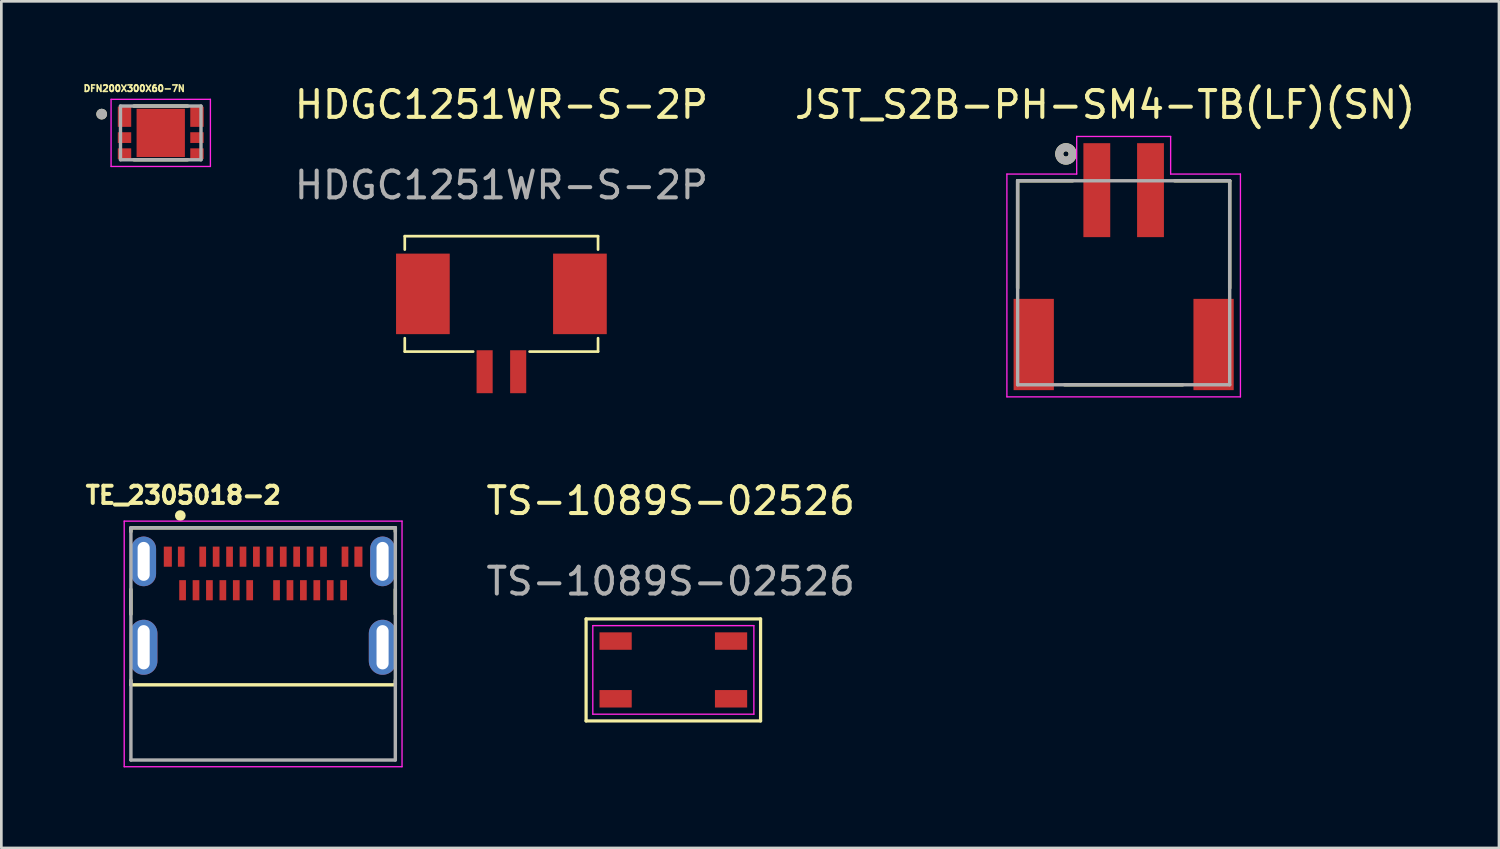
<source format=kicad_pcb>
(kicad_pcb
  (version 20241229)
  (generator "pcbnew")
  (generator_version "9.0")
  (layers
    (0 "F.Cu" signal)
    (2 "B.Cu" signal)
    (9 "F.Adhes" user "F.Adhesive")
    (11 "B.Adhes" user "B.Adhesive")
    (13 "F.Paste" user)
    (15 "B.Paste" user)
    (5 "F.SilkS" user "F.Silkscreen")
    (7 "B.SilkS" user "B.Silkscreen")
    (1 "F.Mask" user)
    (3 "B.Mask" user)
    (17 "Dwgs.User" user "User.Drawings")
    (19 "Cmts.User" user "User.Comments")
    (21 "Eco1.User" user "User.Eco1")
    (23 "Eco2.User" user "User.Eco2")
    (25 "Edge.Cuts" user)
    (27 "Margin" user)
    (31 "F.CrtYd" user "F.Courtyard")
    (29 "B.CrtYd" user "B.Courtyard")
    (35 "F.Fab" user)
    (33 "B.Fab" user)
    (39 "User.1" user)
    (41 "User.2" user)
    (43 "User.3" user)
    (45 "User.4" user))
  (footprint "JST_S2B-PH-SM4-TB(LF)(SN)"
    (layer "F.Cu")
    (at 38.81 4.034)
    (property "Reference" "JST_S2B-PH-SM4-TB(LF)(SN)" (at -0.692 -3.184 0) (layer "F.SilkS") (effects (font (size 1.002 1.002) (thickness 0.15))))
    (attr through_hole)
    (fp_line (start -3.95 -0.35) (end -3.95 3.65) (stroke (width 0.127) (type solid)) (layer "F.SilkS"))
    (fp_line (start -2.2 7.25) (end 2.2 7.25) (stroke (width 0.127) (type solid)) (layer "F.SilkS"))
    (fp_line (start -1.9 -0.35) (end -3.95 -0.35) (stroke (width 0.127) (type solid)) (layer "F.SilkS"))
    (fp_line (start 3.95 -0.35) (end 1.9 -0.35) (stroke (width 0.127) (type solid)) (layer "F.SilkS"))
    (fp_line (start 3.95 3.65) (end 3.95 -0.35) (stroke (width 0.127) (type solid)) (layer "F.SilkS"))
    (fp_circle (center -2.15 -1.35) (end -2.05 -1.35) (stroke (width 0.3) (type solid)) (fill no) (layer "F.SilkS"))
    (fp_line (start -4.35 -0.6) (end -1.75 -0.6) (stroke (width 0.05) (type solid)) (layer "F.CrtYd"))
    (fp_line (start -4.35 7.7) (end -4.35 -0.6) (stroke (width 0.05) (type solid)) (layer "F.CrtYd"))
    (fp_line (start -1.75 -2) (end 1.75 -2) (stroke (width 0.05) (type solid)) (layer "F.CrtYd"))
    (fp_line (start -1.75 -0.6) (end -1.75 -2) (stroke (width 0.05) (type solid)) (layer "F.CrtYd"))
    (fp_line (start 1.75 -2) (end 1.75 -0.6) (stroke (width 0.05) (type solid)) (layer "F.CrtYd"))
    (fp_line (start 1.75 -0.6) (end 4.35 -0.6) (stroke (width 0.05) (type solid)) (layer "F.CrtYd"))
    (fp_line (start 4.35 -0.6) (end 4.35 7.7) (stroke (width 0.05) (type solid)) (layer "F.CrtYd"))
    (fp_line (start 4.35 7.7) (end -4.35 7.7) (stroke (width 0.05) (type solid)) (layer "F.CrtYd"))
    (fp_line (start -3.95 -0.35) (end 3.95 -0.35) (stroke (width 0.127) (type solid)) (layer "F.Fab"))
    (fp_line (start -3.95 7.25) (end -3.95 -0.35) (stroke (width 0.127) (type solid)) (layer "F.Fab"))
    (fp_line (start 3.95 -0.35) (end 3.95 7.25) (stroke (width 0.127) (type solid)) (layer "F.Fab"))
    (fp_line (start 3.95 7.25) (end -3.95 7.25) (stroke (width 0.127) (type solid)) (layer "F.Fab"))
    (fp_circle (center -2.15 -1.35) (end -2.05 -1.35) (stroke (width 0.3) (type solid)) (fill no) (layer "F.Fab"))
    (pad "1" smd rect (at -1 0 180) (size 1 3.5) (layers "F.Cu" "F.Mask" "F.Paste"))
    (pad "2" smd rect (at 1 0 180) (size 1 3.5) (layers "F.Cu" "F.Mask" "F.Paste"))
    (pad "S1" smd rect (at -3.35 5.75 180) (size 1.5 3.4) (layers "F.Cu" "F.Mask" "F.Paste"))
    (pad "S2" smd rect (at 3.35 5.75 180) (size 1.5 3.4) (layers "F.Cu" "F.Mask" "F.Paste")))
  (footprint "HDGC1251WR-S-2P"
    (layer "F.Cu")
    (at 15.629 7.898)
    (property "Reference" "HDGC1251WR-S-2P" (at 0 -7.05 0) (unlocked yes) (layer "F.SilkS") (effects (font (size 1 1) (thickness 0.15))))
    (attr smd)
    (fp_line (start -3.6 -2.15) (end -3.6 -1.65) (stroke (width 0.1) (type default)) (layer "F.SilkS"))
    (fp_line (start -3.6 -2.15) (end 3.6 -2.15) (stroke (width 0.1) (type default)) (layer "F.SilkS"))
    (fp_line (start -3.6 2.15) (end -3.6 1.65) (stroke (width 0.1) (type default)) (layer "F.SilkS"))
    (fp_line (start -1.05 2.15) (end -3.6 2.15) (stroke (width 0.1) (type default)) (layer "F.SilkS"))
    (fp_line (start 3.6 -2.15) (end 3.6 -1.65) (stroke (width 0.1) (type default)) (layer "F.SilkS"))
    (fp_line (start 3.6 2.15) (end 1.05 2.15) (stroke (width 0.1) (type default)) (layer "F.SilkS"))
    (fp_line (start 3.6 2.15) (end 3.6 1.65) (stroke (width 0.1) (type default)) (layer "F.SilkS"))
    (fp_text user "${REFERENCE}" (at 0 -4.05 0) (unlocked yes) (layer "F.Fab") (effects (font (size 1 1) (thickness 0.15))))
    (pad "1" smd rect (at 0.625 2.9) (size 0.6 1.6) (layers "F.Cu" "F.Mask" "F.Paste"))
    (pad "2" smd rect (at -0.625 2.9) (size 0.6 1.6) (layers "F.Cu" "F.Mask" "F.Paste"))
    (pad "3" smd rect (at -2.925 0) (size 2 3) (layers "F.Cu" "F.Mask" "F.Paste"))
    (pad "3" smd rect (at 2.925 0) (size 2 3) (layers "F.Cu" "F.Mask" "F.Paste")))
  (footprint "TS-1089S-02526"
    (layer "F.Cu")
    (at 22.034 21.907)
    (property "Reference" "TS-1089S-02526" (at -0.1 -6.3 0) (unlocked yes) (layer "F.SilkS") (effects (font (size 1 1) (thickness 0.15))))
    (attr smd)
    (fp_line (start -3.25 -1.9) (end 3.25 -1.9) (stroke (width 0.12) (type solid)) (layer "F.SilkS"))
    (fp_line (start -3.25 1.9) (end -3.25 -1.9) (stroke (width 0.12) (type solid)) (layer "F.SilkS"))
    (fp_line (start 3.25 -1.9) (end 3.25 1.9) (stroke (width 0.12) (type solid)) (layer "F.SilkS"))
    (fp_line (start 3.25 1.9) (end -3.25 1.9) (stroke (width 0.12) (type solid)) (layer "F.SilkS"))
    (fp_line (start -3 -1.65) (end 3 -1.65) (stroke (width 0.05) (type solid)) (layer "F.CrtYd"))
    (fp_line (start -3 1.65) (end -3 -1.65) (stroke (width 0.05) (type solid)) (layer "F.CrtYd"))
    (fp_line (start 3 -1.65) (end 3 1.65) (stroke (width 0.05) (type solid)) (layer "F.CrtYd"))
    (fp_line (start 3 1.65) (end -3 1.65) (stroke (width 0.05) (type solid)) (layer "F.CrtYd"))
    (fp_text user "${REFERENCE}" (at -0.1 -3.3 0) (unlocked yes) (layer "F.Fab") (effects (font (size 1 1) (thickness 0.15))))
    (pad "1" smd rect (at -2.15 -1.075) (size 1.2 0.65) (layers "F.Cu" "F.Mask" "F.Paste"))
    (pad "1" smd rect (at 2.15 -1.075) (size 1.2 0.65) (layers "F.Cu" "F.Mask" "F.Paste"))
    (pad "2" smd rect (at -2.15 1.075) (size 1.2 0.65) (layers "F.Cu" "F.Mask" "F.Paste"))
    (pad "2" smd rect (at 2.15 1.075) (size 1.2 0.65) (layers "F.Cu" "F.Mask" "F.Paste")))
  (footprint "TE_2305018-2"
    (layer "F.Cu")
    (at 6.752 21.063)
    (property "Reference" "TE_2305018-2" (at -2.973 -5.666 0) (layer "F.SilkS") (effects (font (size 0.641 0.641) (thickness 0.15))))
    (attr smd)
    (fp_line (start -4.925 -4.45) (end 4.925 -4.45) (stroke (width 0.127) (type solid)) (layer "F.SilkS"))
    (fp_line (start -4.925 -4.309) (end -4.925 -4.45) (stroke (width 0.127) (type solid)) (layer "F.SilkS"))
    (fp_line (start -4.925 -1.231) (end -4.925 -2.155) (stroke (width 0.127) (type solid)) (layer "F.SilkS"))
    (fp_line (start -4.925 1.4) (end -4.925 1.231) (stroke (width 0.127) (type solid)) (layer "F.SilkS"))
    (fp_line (start 4.925 -4.309) (end 4.925 -4.45) (stroke (width 0.127) (type solid)) (layer "F.SilkS"))
    (fp_line (start 4.925 -1.231) (end 4.925 -2.155) (stroke (width 0.127) (type solid)) (layer "F.SilkS"))
    (fp_line (start 4.925 1.4) (end -4.925 1.4) (stroke (width 0.127) (type solid)) (layer "F.SilkS"))
    (fp_line (start 4.925 1.4) (end 4.925 1.231) (stroke (width 0.127) (type solid)) (layer "F.SilkS"))
    (fp_circle (center -3.085 -4.907) (end -2.985 -4.907) (stroke (width 0.2) (type solid)) (fill no) (layer "F.SilkS"))
    (fp_line (start -5.175 -4.7) (end 5.175 -4.7) (stroke (width 0.05) (type solid)) (layer "F.CrtYd"))
    (fp_line (start -5.175 4.45) (end -5.175 -4.7) (stroke (width 0.05) (type solid)) (layer "F.CrtYd"))
    (fp_line (start 5.175 -4.7) (end 5.175 4.45) (stroke (width 0.05) (type solid)) (layer "F.CrtYd"))
    (fp_line (start 5.175 4.45) (end -5.175 4.45) (stroke (width 0.05) (type solid)) (layer "F.CrtYd"))
    (fp_line (start -4.925 -4.45) (end 4.925 -4.45) (stroke (width 0.127) (type solid)) (layer "F.Fab"))
    (fp_line (start -4.925 4.2) (end -4.925 -4.45) (stroke (width 0.127) (type solid)) (layer "F.Fab"))
    (fp_line (start -4.925 4.2) (end 4.925 4.2) (stroke (width 0.127) (type solid)) (layer "F.Fab"))
    (fp_line (start 4.925 -4.45) (end 4.925 4.2) (stroke (width 0.127) (type solid)) (layer "F.Fab"))
    (pad "A1" smd rect (at -3.05 -3.375) (size 0.25 0.75) (layers "F.Cu" "F.Mask" "F.Paste"))
    (pad "A2" smd rect (at -2.25 -3.375) (size 0.25 0.75) (layers "F.Cu" "F.Mask" "F.Paste"))
    (pad "A3" smd rect (at -1.75 -3.375) (size 0.25 0.75) (layers "F.Cu" "F.Mask" "F.Paste"))
    (pad "A4" smd rect (at -1.25 -3.375) (size 0.25 0.75) (layers "F.Cu" "F.Mask" "F.Paste"))
    (pad "A5" smd rect (at -0.75 -3.375) (size 0.25 0.75) (layers "F.Cu" "F.Mask" "F.Paste"))
    (pad "A6" smd rect (at -0.25 -3.375) (size 0.25 0.75) (layers "F.Cu" "F.Mask" "F.Paste"))
    (pad "A7" smd rect (at 0.25 -3.375) (size 0.25 0.75) (layers "F.Cu" "F.Mask" "F.Paste"))
    (pad "A8" smd rect (at 0.75 -3.375) (size 0.25 0.75) (layers "F.Cu" "F.Mask" "F.Paste"))
    (pad "A9" smd rect (at 1.25 -3.375) (size 0.25 0.75) (layers "F.Cu" "F.Mask" "F.Paste"))
    (pad "A10" smd rect (at 1.75 -3.375) (size 0.25 0.75) (layers "F.Cu" "F.Mask" "F.Paste"))
    (pad "A11" smd rect (at 2.25 -3.375) (size 0.25 0.75) (layers "F.Cu" "F.Mask" "F.Paste"))
    (pad "A12" smd rect (at 3.05 -3.375) (size 0.25 0.75) (layers "F.Cu" "F.Mask" "F.Paste"))
    (pad "B1" smd rect (at 3 -2.125) (size 0.25 0.75) (layers "F.Cu" "F.Mask" "F.Paste"))
    (pad "B2" smd rect (at 2.5 -2.125) (size 0.25 0.75) (layers "F.Cu" "F.Mask" "F.Paste"))
    (pad "B3" smd rect (at 2 -2.125) (size 0.25 0.75) (layers "F.Cu" "F.Mask" "F.Paste"))
    (pad "B4" smd rect (at 1.5 -2.125) (size 0.25 0.75) (layers "F.Cu" "F.Mask" "F.Paste"))
    (pad "B5" smd rect (at 1 -2.125) (size 0.25 0.75) (layers "F.Cu" "F.Mask" "F.Paste"))
    (pad "B6" smd rect (at 0.5 -2.125) (size 0.25 0.75) (layers "F.Cu" "F.Mask" "F.Paste"))
    (pad "B7" smd rect (at -0.5 -2.125) (size 0.25 0.75) (layers "F.Cu" "F.Mask" "F.Paste"))
    (pad "B8" smd rect (at -1 -2.125) (size 0.25 0.75) (layers "F.Cu" "F.Mask" "F.Paste"))
    (pad "B9" smd rect (at -1.5 -2.125) (size 0.25 0.75) (layers "F.Cu" "F.Mask" "F.Paste"))
    (pad "B10" smd rect (at -2 -2.125) (size 0.25 0.75) (layers "F.Cu" "F.Mask" "F.Paste"))
    (pad "B11" smd rect (at -2.5 -2.125) (size 0.25 0.75) (layers "F.Cu" "F.Mask" "F.Paste"))
    (pad "B12" smd rect (at -3 -2.125) (size 0.25 0.75) (layers "F.Cu" "F.Mask" "F.Paste"))
    (pad "G1" smd rect (at -3.55 -3.375) (size 0.3 0.75) (layers "F.Cu" "F.Mask" "F.Paste"))
    (pad "G2" smd rect (at 3.55 -3.375) (size 0.3 0.75) (layers "F.Cu" "F.Mask" "F.Paste"))
    (pad "S1" thru_hole oval (at -4.45 0) (size 1.025 2.05) (drill oval 0.45 1.65) (layers "*.Cu" "*.Mask"))
    (pad "S2" thru_hole oval (at 4.45 0) (size 1.025 2.05) (drill oval 0.45 1.65) (layers "*.Cu" "*.Mask"))
    (pad "S3" thru_hole oval (at -4.45 -3.2) (size 0.925 1.85) (drill oval 0.45 1.45) (layers "*.Cu" "*.Mask"))
    (pad "S4" thru_hole oval (at 4.45 -3.2) (size 0.925 1.85) (drill oval 0.45 1.45) (layers "*.Cu" "*.Mask")))
  (footprint "DFN200X300X60-7N"
    (layer "F.Cu")
    (at 2.938 1.901)
    (property "Reference" "DFN200X300X60-7N" (at -0.989 -1.655 0) (layer "F.SilkS") (effects (font (size 0.24 0.24) (thickness 0.15))))
    (attr smd)
    (fp_line (start -1 -1) (end 1 -1) (stroke (width 0.127) (type solid)) (layer "F.SilkS"))
    (fp_line (start -1 1) (end 1 1) (stroke (width 0.127) (type solid)) (layer "F.SilkS"))
    (fp_circle (center -2.2 -0.7) (end -2.1 -0.7) (stroke (width 0.2) (type solid)) (fill no) (layer "F.SilkS"))
    (fp_poly (pts (xy -0.571 -0.57) (xy 0.57 -0.57) (xy 0.57 0.571) (xy -0.571 0.571)) (stroke (width 0.01) (type solid)) (fill yes) (layer "F.Paste"))
    (fp_line (start -1.85 -1.25) (end 1.85 -1.25) (stroke (width 0.05) (type solid)) (layer "F.CrtYd"))
    (fp_line (start -1.85 1.25) (end -1.85 -1.25) (stroke (width 0.05) (type solid)) (layer "F.CrtYd"))
    (fp_line (start 1.85 -1.25) (end 1.85 1.25) (stroke (width 0.05) (type solid)) (layer "F.CrtYd"))
    (fp_line (start 1.85 1.25) (end -1.85 1.25) (stroke (width 0.05) (type solid)) (layer "F.CrtYd"))
    (fp_line (start -1.5 -1) (end 1.5 -1) (stroke (width 0.127) (type solid)) (layer "F.Fab"))
    (fp_line (start -1.5 1) (end -1.5 -1) (stroke (width 0.127) (type solid)) (layer "F.Fab"))
    (fp_line (start 1.5 -1) (end 1.5 1) (stroke (width 0.127) (type solid)) (layer "F.Fab"))
    (fp_line (start 1.5 1) (end -1.5 1) (stroke (width 0.127) (type solid)) (layer "F.Fab"))
    (fp_circle (center -2.2 -0.7) (end -2.1 -0.7) (stroke (width 0.2) (type solid)) (fill no) (layer "F.Fab"))
    (pad "1" smd rect (at -1.35 -0.6 270) (size 0.75 0.5) (layers "F.Cu" "F.Mask" "F.Paste"))
    (pad "2" smd rect (at -1.35 0.175 90) (size 0.4 0.5) (layers "F.Cu" "F.Mask" "F.Paste"))
    (pad "3" smd rect (at -1.35 0.775 90) (size 0.4 0.5) (layers "F.Cu" "F.Mask" "F.Paste"))
    (pad "4" smd rect (at 1.35 0.775 90) (size 0.4 0.5) (layers "F.Cu" "F.Mask" "F.Paste"))
    (pad "5" smd rect (at 1.35 0.175 90) (size 0.4 0.5) (layers "F.Cu" "F.Mask" "F.Paste"))
    (pad "6" smd rect (at 1.35 -0.6 270) (size 0.75 0.5) (layers "F.Cu" "F.Mask" "F.Paste"))
    (pad "7" smd rect (at 0 0 90) (size 1.8 1.8) (layers "F.Cu" "F.Mask")))
  (gr_rect
    (start -3 -3)
    (end 52.792 28.538)
    (stroke (width 0.1) (type default))
    (fill no)
    (layer "Edge.Cuts")))
</source>
